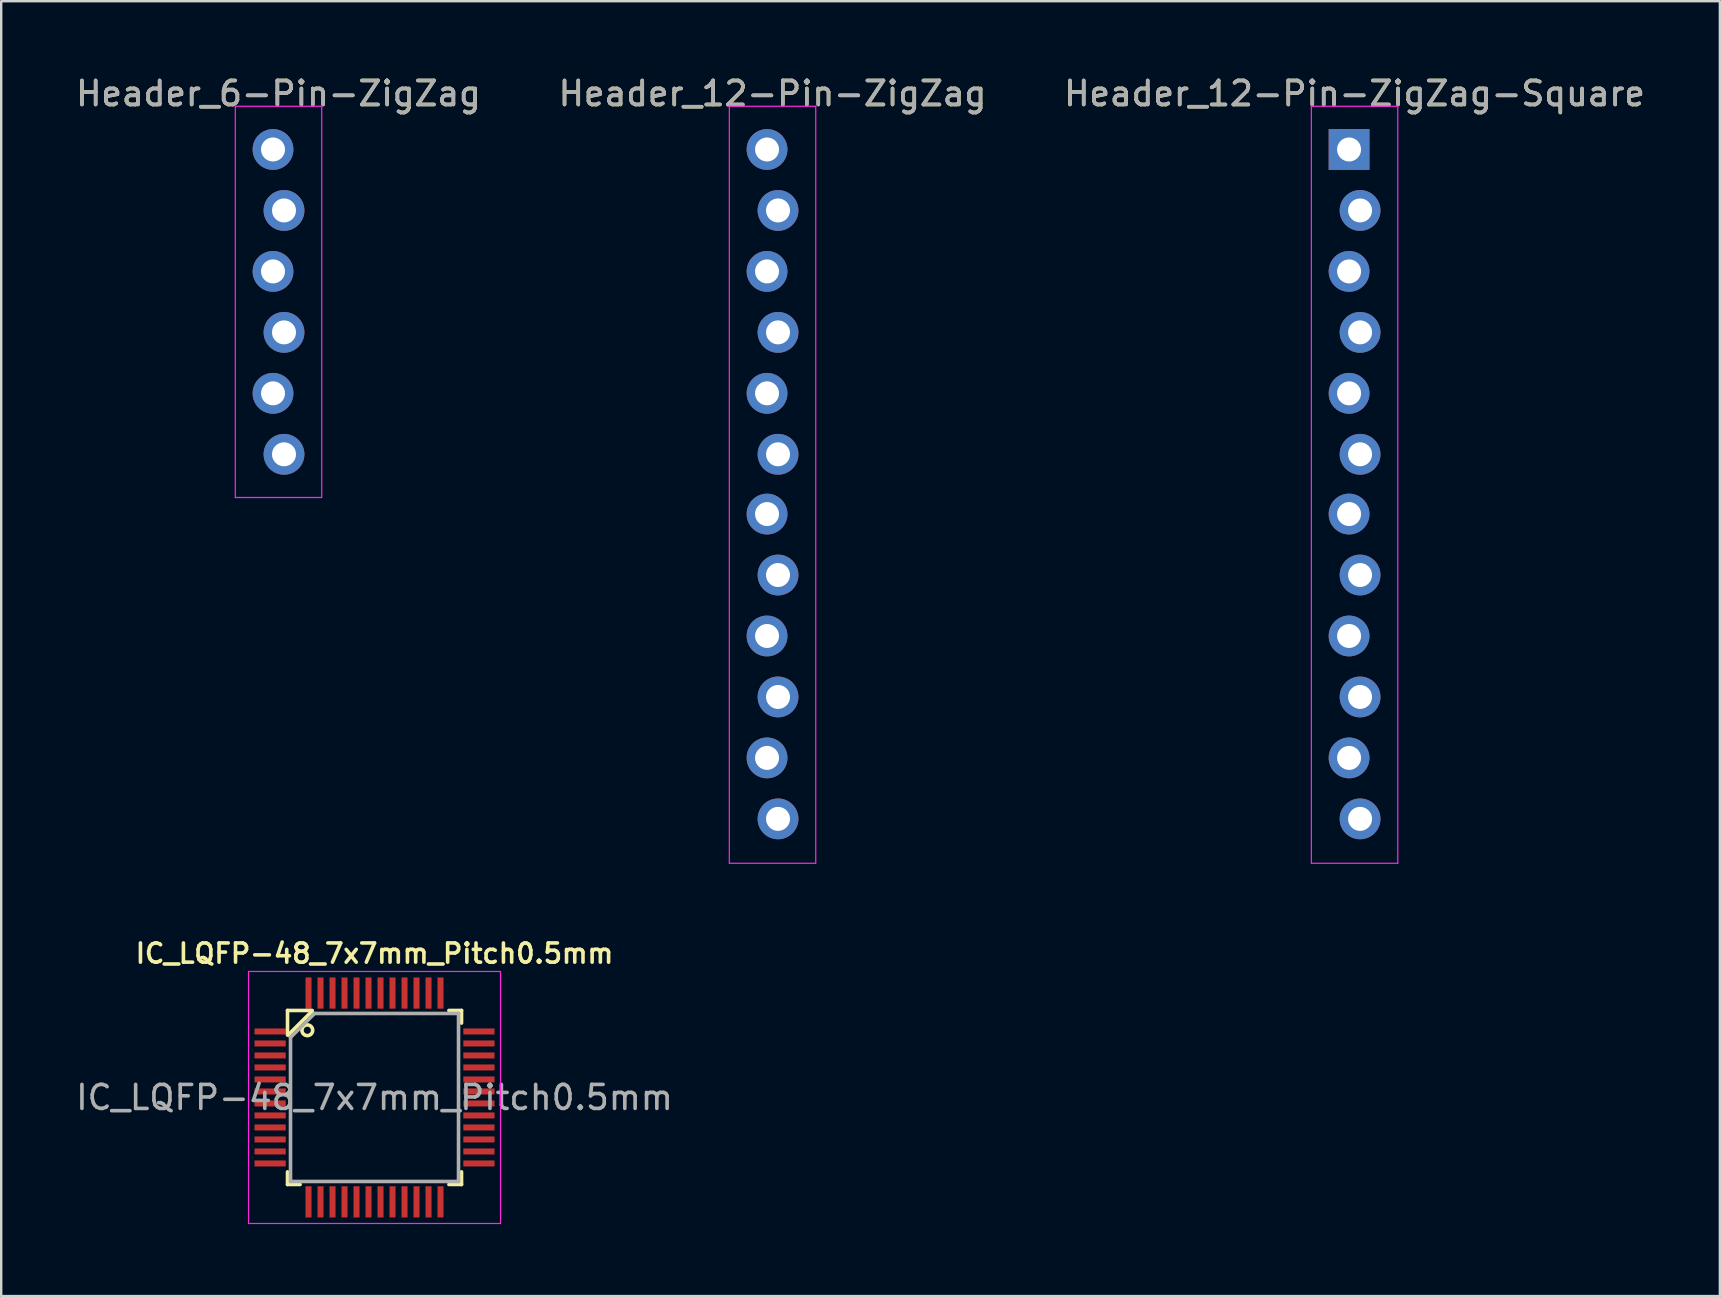
<source format=kicad_pcb>
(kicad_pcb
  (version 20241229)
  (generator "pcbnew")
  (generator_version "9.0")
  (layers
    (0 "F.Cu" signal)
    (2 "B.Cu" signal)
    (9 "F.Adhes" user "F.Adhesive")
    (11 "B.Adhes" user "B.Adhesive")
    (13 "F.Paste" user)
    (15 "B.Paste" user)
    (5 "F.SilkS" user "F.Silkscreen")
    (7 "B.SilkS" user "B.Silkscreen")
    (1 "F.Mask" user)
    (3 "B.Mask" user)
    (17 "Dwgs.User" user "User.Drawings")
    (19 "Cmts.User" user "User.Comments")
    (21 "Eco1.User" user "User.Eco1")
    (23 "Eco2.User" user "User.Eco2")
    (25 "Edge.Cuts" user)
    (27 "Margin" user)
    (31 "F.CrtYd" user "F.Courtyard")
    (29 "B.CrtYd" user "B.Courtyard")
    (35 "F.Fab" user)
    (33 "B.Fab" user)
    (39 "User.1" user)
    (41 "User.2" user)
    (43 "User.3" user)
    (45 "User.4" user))
  (footprint "IC_LQFP-48_7x7mm_Pitch0.5mm"
    (layer "F.Cu")
    (at 12.554 42.675)
    (property "Reference" "IC_LQFP-48_7x7mm_Pitch0.5mm" (at 0 -6 0) (layer "F.SilkS") (effects (font (size 0.8 0.8) (thickness 0.15))))
    (attr smd)
    (fp_line (start -3.625 -3.625) (end -3.625 -2.6) (stroke (width 0.15) (type solid)) (layer "F.SilkS"))
    (fp_line (start -3.625 -3.625) (end -2.6 -3.625) (stroke (width 0.15) (type solid)) (layer "F.SilkS"))
    (fp_line (start -3.625 3.625) (end -3.625 3.1) (stroke (width 0.15) (type solid)) (layer "F.SilkS"))
    (fp_line (start -3.625 3.625) (end -3.1 3.625) (stroke (width 0.15) (type solid)) (layer "F.SilkS"))
    (fp_line (start -3.6 -2.6) (end -2.6 -3.6) (stroke (width 0.15) (type solid)) (layer "F.SilkS"))
    (fp_line (start 3.625 -3.625) (end 3.1 -3.625) (stroke (width 0.15) (type solid)) (layer "F.SilkS"))
    (fp_line (start 3.625 -3.625) (end 3.625 -3.1) (stroke (width 0.15) (type solid)) (layer "F.SilkS"))
    (fp_line (start 3.625 3.625) (end 3.1 3.625) (stroke (width 0.15) (type solid)) (layer "F.SilkS"))
    (fp_line (start 3.625 3.625) (end 3.625 3.1) (stroke (width 0.15) (type solid)) (layer "F.SilkS"))
    (fp_circle (center -2.8 -2.8) (end -2.6 -2.7) (stroke (width 0.15) (type solid)) (fill no) (layer "F.SilkS"))
    (fp_line (start -5.25 -5.25) (end -5.25 5.25) (stroke (width 0.05) (type solid)) (layer "F.CrtYd"))
    (fp_line (start -5.25 -5.25) (end 5.25 -5.25) (stroke (width 0.05) (type solid)) (layer "F.CrtYd"))
    (fp_line (start -5.25 5.25) (end 5.25 5.25) (stroke (width 0.05) (type solid)) (layer "F.CrtYd"))
    (fp_line (start 5.25 -5.25) (end 5.25 5.25) (stroke (width 0.05) (type solid)) (layer "F.CrtYd"))
    (fp_line (start -3.5 -2.5) (end -2.5 -3.5) (stroke (width 0.15) (type solid)) (layer "F.Fab"))
    (fp_line (start -3.5 3.5) (end -3.5 -2.5) (stroke (width 0.15) (type solid)) (layer "F.Fab"))
    (fp_line (start -2.5 -3.5) (end 3.5 -3.5) (stroke (width 0.15) (type solid)) (layer "F.Fab"))
    (fp_line (start 3.5 -3.5) (end 3.5 3.5) (stroke (width 0.15) (type solid)) (layer "F.Fab"))
    (fp_line (start 3.5 3.5) (end -3.5 3.5) (stroke (width 0.15) (type solid)) (layer "F.Fab"))
    (fp_text user "${REFERENCE}" (at 0 0 0) (layer "F.Fab") (effects (font (size 1 1) (thickness 0.15))))
    (pad "1" smd rect (at -4.35 -2.75) (size 1.3 0.25) (layers "F.Cu" "F.Mask" "F.Paste"))
    (pad "2" smd rect (at -4.35 -2.25) (size 1.3 0.25) (layers "F.Cu" "F.Mask" "F.Paste"))
    (pad "3" smd rect (at -4.35 -1.75) (size 1.3 0.25) (layers "F.Cu" "F.Mask" "F.Paste"))
    (pad "4" smd rect (at -4.35 -1.25) (size 1.3 0.25) (layers "F.Cu" "F.Mask" "F.Paste"))
    (pad "5" smd rect (at -4.35 -0.75) (size 1.3 0.25) (layers "F.Cu" "F.Mask" "F.Paste"))
    (pad "6" smd rect (at -4.35 -0.25) (size 1.3 0.25) (layers "F.Cu" "F.Mask" "F.Paste"))
    (pad "7" smd rect (at -4.35 0.25) (size 1.3 0.25) (layers "F.Cu" "F.Mask" "F.Paste"))
    (pad "8" smd rect (at -4.35 0.75) (size 1.3 0.25) (layers "F.Cu" "F.Mask" "F.Paste"))
    (pad "9" smd rect (at -4.35 1.25) (size 1.3 0.25) (layers "F.Cu" "F.Mask" "F.Paste"))
    (pad "10" smd rect (at -4.35 1.75) (size 1.3 0.25) (layers "F.Cu" "F.Mask" "F.Paste"))
    (pad "11" smd rect (at -4.35 2.25) (size 1.3 0.25) (layers "F.Cu" "F.Mask" "F.Paste"))
    (pad "12" smd rect (at -4.35 2.75) (size 1.3 0.25) (layers "F.Cu" "F.Mask" "F.Paste"))
    (pad "13" smd rect (at -2.75 4.35 90) (size 1.3 0.25) (layers "F.Cu" "F.Mask" "F.Paste"))
    (pad "14" smd rect (at -2.25 4.35 90) (size 1.3 0.25) (layers "F.Cu" "F.Mask" "F.Paste"))
    (pad "15" smd rect (at -1.75 4.35 90) (size 1.3 0.25) (layers "F.Cu" "F.Mask" "F.Paste"))
    (pad "16" smd rect (at -1.25 4.35 90) (size 1.3 0.25) (layers "F.Cu" "F.Mask" "F.Paste"))
    (pad "17" smd rect (at -0.75 4.35 90) (size 1.3 0.25) (layers "F.Cu" "F.Mask" "F.Paste"))
    (pad "18" smd rect (at -0.25 4.35 90) (size 1.3 0.25) (layers "F.Cu" "F.Mask" "F.Paste"))
    (pad "19" smd rect (at 0.25 4.35 90) (size 1.3 0.25) (layers "F.Cu" "F.Mask" "F.Paste"))
    (pad "20" smd rect (at 0.75 4.35 90) (size 1.3 0.25) (layers "F.Cu" "F.Mask" "F.Paste"))
    (pad "21" smd rect (at 1.25 4.35 90) (size 1.3 0.25) (layers "F.Cu" "F.Mask" "F.Paste"))
    (pad "22" smd rect (at 1.75 4.35 90) (size 1.3 0.25) (layers "F.Cu" "F.Mask" "F.Paste"))
    (pad "23" smd rect (at 2.25 4.35 90) (size 1.3 0.25) (layers "F.Cu" "F.Mask" "F.Paste"))
    (pad "24" smd rect (at 2.75 4.35 90) (size 1.3 0.25) (layers "F.Cu" "F.Mask" "F.Paste"))
    (pad "25" smd rect (at 4.35 2.75) (size 1.3 0.25) (layers "F.Cu" "F.Mask" "F.Paste"))
    (pad "26" smd rect (at 4.35 2.25) (size 1.3 0.25) (layers "F.Cu" "F.Mask" "F.Paste"))
    (pad "27" smd rect (at 4.35 1.75) (size 1.3 0.25) (layers "F.Cu" "F.Mask" "F.Paste"))
    (pad "28" smd rect (at 4.35 1.25) (size 1.3 0.25) (layers "F.Cu" "F.Mask" "F.Paste"))
    (pad "29" smd rect (at 4.35 0.75) (size 1.3 0.25) (layers "F.Cu" "F.Mask" "F.Paste"))
    (pad "30" smd rect (at 4.35 0.25) (size 1.3 0.25) (layers "F.Cu" "F.Mask" "F.Paste"))
    (pad "31" smd rect (at 4.35 -0.25) (size 1.3 0.25) (layers "F.Cu" "F.Mask" "F.Paste"))
    (pad "32" smd rect (at 4.35 -0.75) (size 1.3 0.25) (layers "F.Cu" "F.Mask" "F.Paste"))
    (pad "33" smd rect (at 4.35 -1.25) (size 1.3 0.25) (layers "F.Cu" "F.Mask" "F.Paste"))
    (pad "34" smd rect (at 4.35 -1.75) (size 1.3 0.25) (layers "F.Cu" "F.Mask" "F.Paste"))
    (pad "35" smd rect (at 4.35 -2.25) (size 1.3 0.25) (layers "F.Cu" "F.Mask" "F.Paste"))
    (pad "36" smd rect (at 4.35 -2.75) (size 1.3 0.25) (layers "F.Cu" "F.Mask" "F.Paste"))
    (pad "37" smd rect (at 2.75 -4.35 90) (size 1.3 0.25) (layers "F.Cu" "F.Mask" "F.Paste"))
    (pad "38" smd rect (at 2.25 -4.35 90) (size 1.3 0.25) (layers "F.Cu" "F.Mask" "F.Paste"))
    (pad "39" smd rect (at 1.75 -4.35 90) (size 1.3 0.25) (layers "F.Cu" "F.Mask" "F.Paste"))
    (pad "40" smd rect (at 1.25 -4.35 90) (size 1.3 0.25) (layers "F.Cu" "F.Mask" "F.Paste"))
    (pad "41" smd rect (at 0.75 -4.35 90) (size 1.3 0.25) (layers "F.Cu" "F.Mask" "F.Paste"))
    (pad "42" smd rect (at 0.25 -4.35 90) (size 1.3 0.25) (layers "F.Cu" "F.Mask" "F.Paste"))
    (pad "43" smd rect (at -0.25 -4.35 90) (size 1.3 0.25) (layers "F.Cu" "F.Mask" "F.Paste"))
    (pad "44" smd rect (at -0.75 -4.35 90) (size 1.3 0.25) (layers "F.Cu" "F.Mask" "F.Paste"))
    (pad "45" smd rect (at -1.25 -4.35 90) (size 1.3 0.25) (layers "F.Cu" "F.Mask" "F.Paste"))
    (pad "46" smd rect (at -1.75 -4.35 90) (size 1.3 0.25) (layers "F.Cu" "F.Mask" "F.Paste"))
    (pad "47" smd rect (at -2.25 -4.35 90) (size 1.3 0.25) (layers "F.Cu" "F.Mask" "F.Paste"))
    (pad "48" smd rect (at -2.75 -4.35 90) (size 1.3 0.25) (layers "F.Cu" "F.Mask" "F.Paste")))
  (footprint "Header_12-Pin-ZigZag-Square"
    (layer "F.Cu")
    (at 53.387 3.178)
    (property "Reference" "Header_12-Pin-ZigZag-Square" (at 0 -2.33 0) (layer "F.SilkS") (effects (font (size 1 1) (thickness 0.15))))
    (attr through_hole)
    (fp_line (start -1.8 -1.8) (end -1.8 29.74) (stroke (width 0.05) (type solid)) (layer "F.CrtYd"))
    (fp_line (start 1.8 -1.8) (end -1.8 -1.8) (stroke (width 0.05) (type solid)) (layer "F.CrtYd"))
    (fp_line (start 1.8 -1.8) (end 1.8 29.74) (stroke (width 0.05) (type solid)) (layer "F.CrtYd"))
    (fp_line (start 1.8 29.74) (end -1.8 29.74) (stroke (width 0.05) (type solid)) (layer "F.CrtYd"))
    (fp_text user "${REFERENCE}" (at 0 -2.33 0) (layer "F.Fab") (effects (font (size 1 1) (thickness 0.15))))
    (pad "1" thru_hole rect (at -0.229 0) (size 1.7 1.7) (drill 1) (layers "*.Cu" "*.Mask"))
    (pad "2" thru_hole oval (at 0.229 2.54) (size 1.7 1.7) (drill 1) (layers "*.Cu" "*.Mask"))
    (pad "3" thru_hole oval (at -0.229 5.08) (size 1.7 1.7) (drill 1) (layers "*.Cu" "*.Mask"))
    (pad "4" thru_hole oval (at 0.229 7.62) (size 1.7 1.7) (drill 1) (layers "*.Cu" "*.Mask"))
    (pad "5" thru_hole oval (at -0.229 10.16) (size 1.7 1.7) (drill 1) (layers "*.Cu" "*.Mask"))
    (pad "6" thru_hole oval (at 0.229 12.7) (size 1.7 1.7) (drill 1) (layers "*.Cu" "*.Mask"))
    (pad "7" thru_hole circle (at -0.229 15.19) (size 1.7 1.7) (drill 1) (layers "*.Cu" "*.Mask"))
    (pad "8" thru_hole oval (at 0.229 17.73) (size 1.7 1.7) (drill 1) (layers "*.Cu" "*.Mask"))
    (pad "9" thru_hole oval (at -0.229 20.27) (size 1.7 1.7) (drill 1) (layers "*.Cu" "*.Mask"))
    (pad "10" thru_hole oval (at 0.229 22.81) (size 1.7 1.7) (drill 1) (layers "*.Cu" "*.Mask"))
    (pad "11" thru_hole oval (at -0.229 25.35) (size 1.7 1.7) (drill 1) (layers "*.Cu" "*.Mask"))
    (pad "12" thru_hole oval (at 0.229 27.89) (size 1.7 1.7) (drill 1) (layers "*.Cu" "*.Mask")))
  (footprint "Header_12-Pin-ZigZag"
    (layer "F.Cu")
    (at 29.137 3.178)
    (property "Reference" "Header_12-Pin-ZigZag" (at 0 -2.33 0) (layer "F.SilkS") (effects (font (size 1 1) (thickness 0.15))))
    (attr through_hole)
    (fp_line (start -1.8 -1.8) (end -1.8 29.74) (stroke (width 0.05) (type solid)) (layer "F.CrtYd"))
    (fp_line (start 1.8 -1.8) (end -1.8 -1.8) (stroke (width 0.05) (type solid)) (layer "F.CrtYd"))
    (fp_line (start 1.8 -1.8) (end 1.8 29.74) (stroke (width 0.05) (type solid)) (layer "F.CrtYd"))
    (fp_line (start 1.8 29.74) (end -1.8 29.74) (stroke (width 0.05) (type solid)) (layer "F.CrtYd"))
    (fp_text user "${REFERENCE}" (at 0 -2.33 0) (layer "F.Fab") (effects (font (size 1 1) (thickness 0.15))))
    (pad "1" thru_hole circle (at -0.229 0) (size 1.7 1.7) (drill 1) (layers "*.Cu" "*.Mask"))
    (pad "2" thru_hole oval (at 0.229 2.54) (size 1.7 1.7) (drill 1) (layers "*.Cu" "*.Mask"))
    (pad "3" thru_hole oval (at -0.229 5.08) (size 1.7 1.7) (drill 1) (layers "*.Cu" "*.Mask"))
    (pad "4" thru_hole oval (at 0.229 7.62) (size 1.7 1.7) (drill 1) (layers "*.Cu" "*.Mask"))
    (pad "5" thru_hole oval (at -0.229 10.16) (size 1.7 1.7) (drill 1) (layers "*.Cu" "*.Mask"))
    (pad "6" thru_hole oval (at 0.229 12.7) (size 1.7 1.7) (drill 1) (layers "*.Cu" "*.Mask"))
    (pad "7" thru_hole circle (at -0.229 15.19) (size 1.7 1.7) (drill 1) (layers "*.Cu" "*.Mask"))
    (pad "8" thru_hole oval (at 0.229 17.73) (size 1.7 1.7) (drill 1) (layers "*.Cu" "*.Mask"))
    (pad "9" thru_hole oval (at -0.229 20.27) (size 1.7 1.7) (drill 1) (layers "*.Cu" "*.Mask"))
    (pad "10" thru_hole oval (at 0.229 22.81) (size 1.7 1.7) (drill 1) (layers "*.Cu" "*.Mask"))
    (pad "11" thru_hole oval (at -0.229 25.35) (size 1.7 1.7) (drill 1) (layers "*.Cu" "*.Mask"))
    (pad "12" thru_hole oval (at 0.229 27.89) (size 1.7 1.7) (drill 1) (layers "*.Cu" "*.Mask")))
  (footprint "Header_6-Pin-ZigZag"
    (layer "F.Cu")
    (at 8.554 3.178)
    (property "Reference" "Header_6-Pin-ZigZag" (at 0 -2.33 0) (layer "F.SilkS") (effects (font (size 1 1) (thickness 0.15))))
    (attr through_hole)
    (fp_line (start -1.8 -1.8) (end -1.8 14.5) (stroke (width 0.05) (type solid)) (layer "F.CrtYd"))
    (fp_line (start 1.8 -1.8) (end -1.8 -1.8) (stroke (width 0.05) (type solid)) (layer "F.CrtYd"))
    (fp_line (start 1.8 -1.8) (end 1.8 14.5) (stroke (width 0.05) (type solid)) (layer "F.CrtYd"))
    (fp_line (start 1.8 14.5) (end -1.8 14.5) (stroke (width 0.05) (type solid)) (layer "F.CrtYd"))
    (fp_text user "${REFERENCE}" (at 0 -2.33 0) (layer "F.Fab") (effects (font (size 1 1) (thickness 0.15))))
    (pad "1" thru_hole circle (at -0.229 0) (size 1.7 1.7) (drill 1) (layers "*.Cu" "*.Mask"))
    (pad "2" thru_hole oval (at 0.229 2.54) (size 1.7 1.7) (drill 1) (layers "*.Cu" "*.Mask"))
    (pad "3" thru_hole oval (at -0.229 5.08) (size 1.7 1.7) (drill 1) (layers "*.Cu" "*.Mask"))
    (pad "4" thru_hole oval (at 0.229 7.62) (size 1.7 1.7) (drill 1) (layers "*.Cu" "*.Mask"))
    (pad "5" thru_hole oval (at -0.229 10.16) (size 1.7 1.7) (drill 1) (layers "*.Cu" "*.Mask"))
    (pad "6" thru_hole oval (at 0.229 12.7) (size 1.7 1.7) (drill 1) (layers "*.Cu" "*.Mask")))
  (gr_rect
    (start -3 -3)
    (end 68.607 50.95)
    (stroke (width 0.1) (type default))
    (fill no)
    (layer "Edge.Cuts")))
</source>
